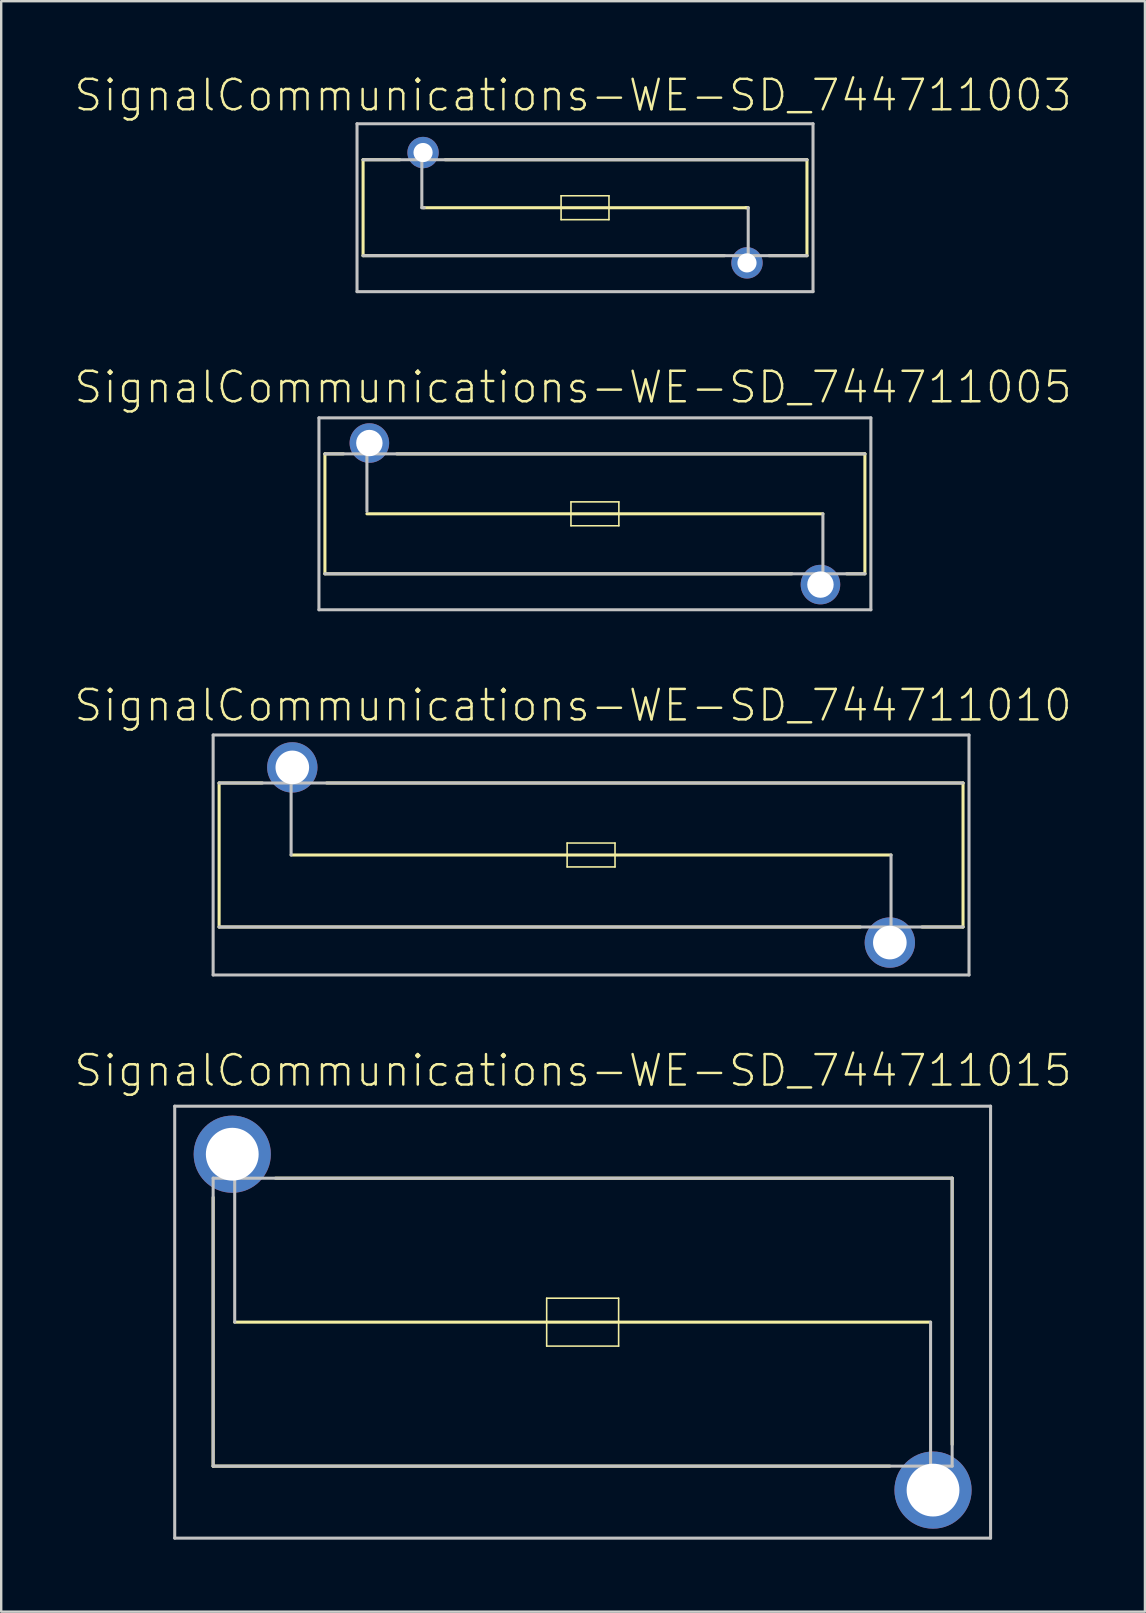
<source format=kicad_pcb>
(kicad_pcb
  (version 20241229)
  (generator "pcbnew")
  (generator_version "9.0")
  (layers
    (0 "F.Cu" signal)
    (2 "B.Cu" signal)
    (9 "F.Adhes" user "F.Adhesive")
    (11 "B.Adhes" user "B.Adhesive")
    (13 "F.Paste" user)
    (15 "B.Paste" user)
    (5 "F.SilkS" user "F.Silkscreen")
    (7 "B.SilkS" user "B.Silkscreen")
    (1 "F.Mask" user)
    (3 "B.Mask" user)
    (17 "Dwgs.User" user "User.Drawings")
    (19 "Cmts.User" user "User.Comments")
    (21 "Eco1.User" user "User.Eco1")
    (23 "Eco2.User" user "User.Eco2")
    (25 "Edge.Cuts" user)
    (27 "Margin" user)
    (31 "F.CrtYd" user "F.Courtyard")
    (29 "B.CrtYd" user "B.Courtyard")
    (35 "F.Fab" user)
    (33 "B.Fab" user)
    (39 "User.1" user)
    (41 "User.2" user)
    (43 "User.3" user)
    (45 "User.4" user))
  (footprint "SignalCommunications-WE-SD_744711010"
    (layer "F.Cu")
    (at 21.579 32.576)
    (property "Reference" "SignalCommunications-WE-SD_744711010" (at -0.749 -6.233 0) (layer "F.SilkS") (effects (font (size 1.27 1.27) (thickness 0.102))))
    (attr exclude_from_pos_files exclude_from_bom)
    (fp_line (start -15.499 -3) (end -15.499 3) (stroke (width 0.127) (type solid)) (layer "F.SilkS"))
    (fp_line (start -13.698 -3) (end -15.499 -3) (stroke (width 0.127) (type solid)) (layer "F.SilkS"))
    (fp_line (start -12.499 0) (end 12.499 0) (stroke (width 0.127) (type solid)) (layer "F.SilkS"))
    (fp_line (start -11.019 -3) (end 15.499 -3) (stroke (width 0.127) (type solid)) (layer "F.SilkS"))
    (fp_line (start -0.998 -0.498) (end 0.998 -0.498) (stroke (width 0.066) (type solid)) (layer "F.SilkS"))
    (fp_line (start -0.998 0.498) (end -0.998 -0.498) (stroke (width 0.066) (type solid)) (layer "F.SilkS"))
    (fp_line (start -0.998 0.498) (end 0.998 0.498) (stroke (width 0.066) (type solid)) (layer "F.SilkS"))
    (fp_line (start 0.998 0.498) (end 0.998 -0.498) (stroke (width 0.066) (type solid)) (layer "F.SilkS"))
    (fp_line (start 11.219 3) (end -15.499 3) (stroke (width 0.127) (type solid)) (layer "F.SilkS"))
    (fp_line (start 13.79 3) (end 15.499 3) (stroke (width 0.127) (type solid)) (layer "F.SilkS"))
    (fp_line (start 15.499 -3) (end 15.499 3) (stroke (width 0.127) (type solid)) (layer "F.SilkS"))
    (fp_line (start -15.748 -4.999) (end 15.748 -4.999) (stroke (width 0.127) (type solid)) (layer "Dwgs.User"))
    (fp_line (start -15.748 4.999) (end -15.748 -4.999) (stroke (width 0.127) (type solid)) (layer "Dwgs.User"))
    (fp_line (start -15.499 -3) (end 15.499 -3) (stroke (width 0.127) (type solid)) (layer "Dwgs.User"))
    (fp_line (start -15.499 3) (end 15.499 3) (stroke (width 0.127) (type solid)) (layer "Dwgs.User"))
    (fp_line (start -12.499 0) (end -12.499 -3.498) (stroke (width 0.127) (type solid)) (layer "Dwgs.User"))
    (fp_line (start 12.499 0) (end 12.499 3.599) (stroke (width 0.127) (type solid)) (layer "Dwgs.User"))
    (fp_line (start 15.748 -4.999) (end 15.748 4.999) (stroke (width 0.127) (type solid)) (layer "Dwgs.User"))
    (fp_line (start 15.748 4.999) (end -15.748 4.999) (stroke (width 0.127) (type solid)) (layer "Dwgs.User"))
    (pad "1" thru_hole circle (at -12.449 -3.65) (size 2.098 2.098) (drill 1.4) (layers "*.Cu" "*.Paste" "*.Mask"))
    (pad "2" thru_hole circle (at 12.449 3.65) (size 2.098 2.098) (drill 1.4) (layers "*.Cu" "*.Paste" "*.Mask")))
  (footprint "SignalCommunications-WE-SD_744711015"
    (layer "F.Cu")
    (at 21.228 52.042)
    (property "Reference" "SignalCommunications-WE-SD_744711015" (at -0.399 -10.483 0) (layer "F.SilkS") (effects (font (size 1.27 1.27) (thickness 0.102))))
    (attr exclude_from_pos_files exclude_from_bom)
    (fp_line (start -15.397 5.999) (end -15.397 -5.199) (stroke (width 0.127) (type solid)) (layer "F.SilkS"))
    (fp_line (start -14.498 0) (end 14.498 0) (stroke (width 0.127) (type solid)) (layer "F.SilkS"))
    (fp_line (start -12.799 -5.999) (end 15.397 -5.999) (stroke (width 0.127) (type solid)) (layer "F.SilkS"))
    (fp_line (start -1.499 -0.998) (end 1.499 -0.998) (stroke (width 0.066) (type solid)) (layer "F.SilkS"))
    (fp_line (start -1.499 0.998) (end -1.499 -0.998) (stroke (width 0.066) (type solid)) (layer "F.SilkS"))
    (fp_line (start -1.499 0.998) (end 1.499 0.998) (stroke (width 0.066) (type solid)) (layer "F.SilkS"))
    (fp_line (start 1.499 0.998) (end 1.499 -0.998) (stroke (width 0.066) (type solid)) (layer "F.SilkS"))
    (fp_line (start 12.799 5.999) (end -15.397 5.999) (stroke (width 0.127) (type solid)) (layer "F.SilkS"))
    (fp_line (start 15.397 -5.999) (end 15.397 5.098) (stroke (width 0.127) (type solid)) (layer "F.SilkS"))
    (fp_line (start -16.998 -8.999) (end 16.998 -8.999) (stroke (width 0.127) (type solid)) (layer "Dwgs.User"))
    (fp_line (start -16.998 8.999) (end -16.998 -8.999) (stroke (width 0.127) (type solid)) (layer "Dwgs.User"))
    (fp_line (start -15.397 -5.999) (end -15.397 5.999) (stroke (width 0.127) (type solid)) (layer "Dwgs.User"))
    (fp_line (start -15.397 -5.999) (end 15.397 -5.999) (stroke (width 0.127) (type solid)) (layer "Dwgs.User"))
    (fp_line (start -15.397 5.999) (end 15.397 5.999) (stroke (width 0.127) (type solid)) (layer "Dwgs.User"))
    (fp_line (start -14.498 0) (end -14.498 -6.998) (stroke (width 0.127) (type solid)) (layer "Dwgs.User"))
    (fp_line (start 14.498 0) (end 14.498 6.998) (stroke (width 0.127) (type solid)) (layer "Dwgs.User"))
    (fp_line (start 15.397 -5.999) (end 15.397 5.999) (stroke (width 0.127) (type solid)) (layer "Dwgs.User"))
    (fp_line (start 16.998 -8.999) (end 16.998 8.999) (stroke (width 0.127) (type solid)) (layer "Dwgs.User"))
    (fp_line (start 16.998 8.999) (end -16.998 8.999) (stroke (width 0.127) (type solid)) (layer "Dwgs.User"))
    (pad "1" thru_hole circle (at -14.6 -6.998) (size 3.216 3.216) (drill 2.2) (layers "*.Cu" "*.Paste" "*.Mask"))
    (pad "2" thru_hole circle (at 14.6 6.998) (size 3.216 3.216) (drill 2.2) (layers "*.Cu" "*.Paste" "*.Mask")))
  (footprint "SignalCommunications-WE-SD_744711005"
    (layer "F.Cu")
    (at 21.739 18.36)
    (property "Reference" "SignalCommunications-WE-SD_744711005" (at -0.909 -5.273 0) (layer "F.SilkS") (effects (font (size 1.27 1.27) (thickness 0.102))))
    (attr exclude_from_pos_files exclude_from_bom)
    (fp_line (start -11.25 -2.499) (end -11.25 2.499) (stroke (width 0.127) (type solid)) (layer "F.SilkS"))
    (fp_line (start -10.477 -2.499) (end -11.25 -2.499) (stroke (width 0.127) (type solid)) (layer "F.SilkS"))
    (fp_line (start -9.5 0) (end 9.5 0) (stroke (width 0.127) (type solid)) (layer "F.SilkS"))
    (fp_line (start -8.258 -2.499) (end 11.25 -2.499) (stroke (width 0.127) (type solid)) (layer "F.SilkS"))
    (fp_line (start -0.998 -0.498) (end 0.998 -0.498) (stroke (width 0.066) (type solid)) (layer "F.SilkS"))
    (fp_line (start -0.998 0.498) (end -0.998 -0.498) (stroke (width 0.066) (type solid)) (layer "F.SilkS"))
    (fp_line (start -0.998 0.498) (end 0.998 0.498) (stroke (width 0.066) (type solid)) (layer "F.SilkS"))
    (fp_line (start 0.998 0.498) (end 0.998 -0.498) (stroke (width 0.066) (type solid)) (layer "F.SilkS"))
    (fp_line (start 8.209 2.499) (end -11.25 2.499) (stroke (width 0.127) (type solid)) (layer "F.SilkS"))
    (fp_line (start 10.488 2.499) (end 11.25 2.499) (stroke (width 0.127) (type solid)) (layer "F.SilkS"))
    (fp_line (start 11.25 -2.499) (end 11.25 2.499) (stroke (width 0.127) (type solid)) (layer "F.SilkS"))
    (fp_line (start -11.499 -3.998) (end 11.499 -3.998) (stroke (width 0.127) (type solid)) (layer "Dwgs.User"))
    (fp_line (start -11.499 3.998) (end -11.499 -3.998) (stroke (width 0.127) (type solid)) (layer "Dwgs.User"))
    (fp_line (start -11.25 -2.499) (end 11.25 -2.499) (stroke (width 0.127) (type solid)) (layer "Dwgs.User"))
    (fp_line (start -11.25 2.499) (end 11.25 2.499) (stroke (width 0.127) (type solid)) (layer "Dwgs.User"))
    (fp_line (start -9.5 -2.898) (end -9.5 -0.099) (stroke (width 0.127) (type solid)) (layer "Dwgs.User"))
    (fp_line (start 9.5 2.898) (end 9.5 0) (stroke (width 0.127) (type solid)) (layer "Dwgs.User"))
    (fp_line (start 11.499 -3.998) (end 11.499 3.998) (stroke (width 0.127) (type solid)) (layer "Dwgs.User"))
    (fp_line (start 11.499 3.998) (end -11.499 3.998) (stroke (width 0.127) (type solid)) (layer "Dwgs.User"))
    (pad "1" thru_hole circle (at -9.398 -2.949) (size 1.648 1.648) (drill 1.1) (layers "*.Cu" "*.Paste" "*.Mask"))
    (pad "2" thru_hole circle (at 9.398 2.949) (size 1.648 1.648) (drill 1.1) (layers "*.Cu" "*.Paste" "*.Mask")))
  (footprint "SignalCommunications-WE-SD_744711003"
    (layer "F.Cu")
    (at 21.327 5.605)
    (property "Reference" "SignalCommunications-WE-SD_744711003" (at -0.498 -4.684 0) (layer "F.SilkS") (effects (font (size 1.27 1.27) (thickness 0.102))))
    (attr exclude_from_pos_files exclude_from_bom)
    (fp_line (start -9.248 -1.999) (end -9.248 1.999) (stroke (width 0.127) (type solid)) (layer "F.SilkS"))
    (fp_line (start -7.719 -1.999) (end -9.248 -1.999) (stroke (width 0.127) (type solid)) (layer "F.SilkS"))
    (fp_line (start -6.749 0) (end 6.749 0) (stroke (width 0.127) (type solid)) (layer "F.SilkS"))
    (fp_line (start -5.829 -1.999) (end 9.248 -1.999) (stroke (width 0.127) (type solid)) (layer "F.SilkS"))
    (fp_line (start -0.998 -0.498) (end 0.998 -0.498) (stroke (width 0.066) (type solid)) (layer "F.SilkS"))
    (fp_line (start -0.998 0.498) (end -0.998 -0.498) (stroke (width 0.066) (type solid)) (layer "F.SilkS"))
    (fp_line (start -0.998 0.498) (end 0.998 0.498) (stroke (width 0.066) (type solid)) (layer "F.SilkS"))
    (fp_line (start 0.998 0.498) (end 0.998 -0.498) (stroke (width 0.066) (type solid)) (layer "F.SilkS"))
    (fp_line (start 5.809 1.999) (end -9.248 1.999) (stroke (width 0.127) (type solid)) (layer "F.SilkS"))
    (fp_line (start 6.698 0) (end 6.8 0) (stroke (width 0.127) (type solid)) (layer "F.SilkS"))
    (fp_line (start 7.668 1.999) (end 9.248 1.999) (stroke (width 0.127) (type solid)) (layer "F.SilkS"))
    (fp_line (start 9.248 -1.999) (end 9.248 1.999) (stroke (width 0.127) (type solid)) (layer "F.SilkS"))
    (fp_line (start -9.5 -3.498) (end 9.5 -3.498) (stroke (width 0.127) (type solid)) (layer "Dwgs.User"))
    (fp_line (start -9.5 3.498) (end -9.5 -3.498) (stroke (width 0.127) (type solid)) (layer "Dwgs.User"))
    (fp_line (start -9.248 -1.999) (end 9.248 -1.999) (stroke (width 0.127) (type solid)) (layer "Dwgs.User"))
    (fp_line (start -9.248 1.999) (end 9.248 1.999) (stroke (width 0.127) (type solid)) (layer "Dwgs.User"))
    (fp_line (start -6.8 0) (end -6.8 -2.2) (stroke (width 0.127) (type solid)) (layer "Dwgs.User"))
    (fp_line (start -6.698 0) (end -6.8 0) (stroke (width 0.127) (type solid)) (layer "Dwgs.User"))
    (fp_line (start 6.8 0) (end 6.8 2.299) (stroke (width 0.127) (type solid)) (layer "Dwgs.User"))
    (fp_line (start 9.5 -3.498) (end 9.5 3.498) (stroke (width 0.127) (type solid)) (layer "Dwgs.User"))
    (fp_line (start 9.5 3.498) (end -9.5 3.498) (stroke (width 0.127) (type solid)) (layer "Dwgs.User"))
    (pad "1" thru_hole circle (at -6.749 -2.299) (size 1.306 1.306) (drill 0.798) (layers "*.Cu" "*.Paste" "*.Mask"))
    (pad "2" thru_hole circle (at 6.749 2.299) (size 1.306 1.306) (drill 0.798) (layers "*.Cu" "*.Paste" "*.Mask")))
  (gr_rect
    (start -3 -3)
    (end 44.658 64.105)
    (stroke (width 0.1) (type default))
    (fill no)
    (layer "Edge.Cuts")))
</source>
